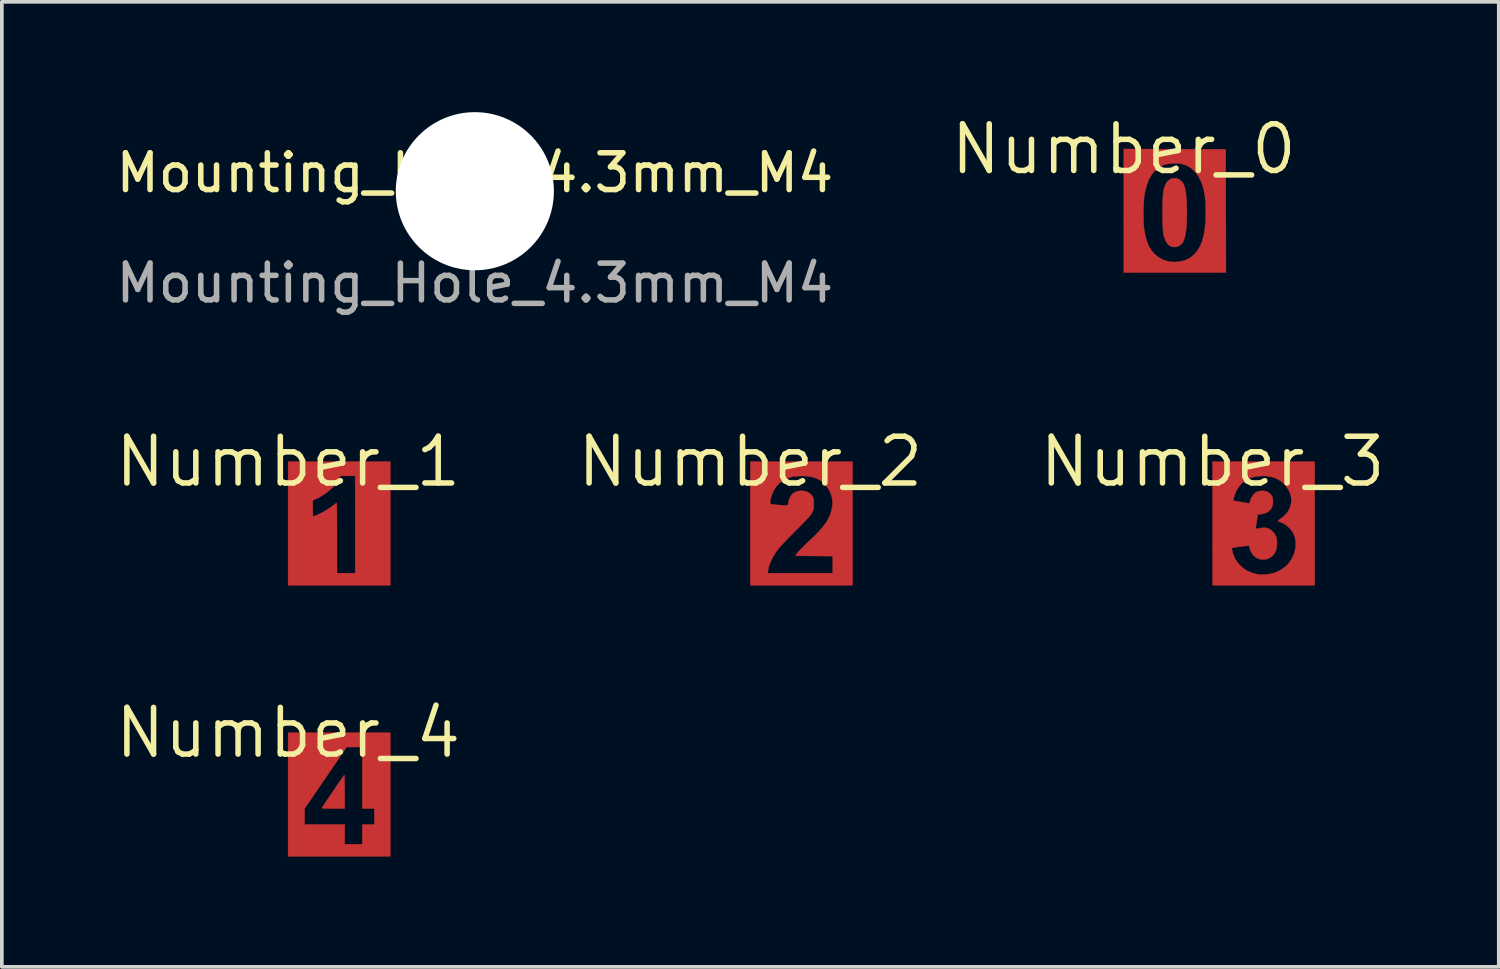
<source format=kicad_pcb>
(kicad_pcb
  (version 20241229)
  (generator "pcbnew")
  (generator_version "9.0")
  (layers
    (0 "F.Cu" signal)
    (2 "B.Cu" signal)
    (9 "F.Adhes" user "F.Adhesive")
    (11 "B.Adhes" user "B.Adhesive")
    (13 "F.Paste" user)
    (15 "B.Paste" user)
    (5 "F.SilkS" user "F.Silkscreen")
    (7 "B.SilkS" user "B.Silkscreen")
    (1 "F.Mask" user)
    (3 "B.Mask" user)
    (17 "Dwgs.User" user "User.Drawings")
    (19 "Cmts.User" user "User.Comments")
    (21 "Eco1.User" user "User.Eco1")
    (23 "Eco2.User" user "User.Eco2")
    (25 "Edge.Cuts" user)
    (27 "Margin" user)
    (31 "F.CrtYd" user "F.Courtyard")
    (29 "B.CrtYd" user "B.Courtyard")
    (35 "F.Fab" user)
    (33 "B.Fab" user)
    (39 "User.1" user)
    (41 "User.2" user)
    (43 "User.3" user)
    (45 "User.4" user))
  (footprint "Mounting_Hole_4.3mm_M4"
    (layer "F.Cu")
    (at 9.863 2.15)
    (property "Reference" "Mounting_Hole_4.3mm_M4" (at 0 -0.5 0) (unlocked yes) (layer "F.SilkS") (effects (font (size 1 1) (thickness 0.15))))
    (attr through_hole board_only exclude_from_bom allow_missing_courtyard)
    (fp_text user "${REFERENCE}" (at 0 2.5 0) (unlocked yes) (layer "F.Fab") (effects (font (size 1 1) (thickness 0.15))))
    (pad "" np_thru_hole circle (at 0 0) (size 4.3 4.3) (drill 4.3) (layers "*.Cu" "*.Mask")))
  (footprint "Number_1"
    (layer "F.Cu")
    (at 4.785 9.504)
    (property "Reference" "Number_1" (at 0 0 0) (layer "F.SilkS") (effects (font (size 1.27 1.27) (thickness 0.15))))
    (attr smd board_only exclude_from_bom allow_missing_courtyard)
    (fp_poly (pts (xy 2.779 3.362) (xy 0 3.362) (xy 0 1.051) (xy 0.672 1.051) (xy 0.672 1.273) (xy 0.673 1.35) (xy 0.674 1.416) (xy 0.675 1.464) (xy 0.677 1.491) (xy 0.678 1.494) (xy 0.693 1.489) (xy 0.729 1.475) (xy 0.778 1.455) (xy 0.789 1.451) (xy 0.959 1.368) (xy 1.127 1.263) (xy 1.206 1.204) (xy 1.254 1.167) (xy 1.293 1.139) (xy 1.317 1.123) (xy 1.321 1.121) (xy 1.323 1.135) (xy 1.324 1.177) (xy 1.325 1.244) (xy 1.327 1.333) (xy 1.328 1.442) (xy 1.328 1.568) (xy 1.329 1.71) (xy 1.33 1.863) (xy 1.33 2.027) (xy 1.33 2.077) (xy 1.33 3.033) (xy 1.823 3.033) (xy 1.823 0.388) (xy 1.421 0.388) (xy 1.365 0.495) (xy 1.321 0.567) (xy 1.263 0.643) (xy 1.211 0.702) (xy 1.136 0.771) (xy 1.045 0.843) (xy 0.946 0.912) (xy 0.849 0.971) (xy 0.762 1.014) (xy 0.756 1.017) (xy 0.672 1.051) (xy 0 1.051) (xy 0 0) (xy 2.779 0) (xy 2.779 3.362)) (stroke (width 0.01) (type solid)) (fill yes) (layer "F.Cu")))
  (footprint "Number_3"
    (layer "F.Cu")
    (at 29.925 9.504)
    (property "Reference" "Number_3" (at 0 0 0) (layer "F.SilkS") (effects (font (size 1.27 1.27) (thickness 0.15))))
    (attr smd board_only exclude_from_bom allow_missing_courtyard)
    (fp_poly (pts (xy 2.779 3.362) (xy 0 3.362) (xy 0 2.369) (xy 0.527 2.369) (xy 0.532 2.413) (xy 0.546 2.47) (xy 0.567 2.535) (xy 0.594 2.601) (xy 0.607 2.63) (xy 0.683 2.749) (xy 0.781 2.855) (xy 0.896 2.942) (xy 1.023 3.008) (xy 1.15 3.046) (xy 1.202 3.057) (xy 1.245 3.066) (xy 1.263 3.07) (xy 1.315 3.075) (xy 1.387 3.074) (xy 1.47 3.067) (xy 1.555 3.055) (xy 1.633 3.039) (xy 1.682 3.026) (xy 1.829 2.962) (xy 1.959 2.875) (xy 2.067 2.77) (xy 2.154 2.646) (xy 2.217 2.508) (xy 2.254 2.356) (xy 2.256 2.338) (xy 2.261 2.192) (xy 2.24 2.058) (xy 2.192 1.937) (xy 2.118 1.831) (xy 2.021 1.74) (xy 1.9 1.667) (xy 1.788 1.622) (xy 1.778 1.615) (xy 1.786 1.601) (xy 1.814 1.578) (xy 1.851 1.553) (xy 1.963 1.463) (xy 2.048 1.361) (xy 2.107 1.25) (xy 2.139 1.134) (xy 2.144 1.014) (xy 2.121 0.893) (xy 2.07 0.774) (xy 1.991 0.66) (xy 1.965 0.631) (xy 1.86 0.535) (xy 1.745 0.464) (xy 1.616 0.417) (xy 1.472 0.393) (xy 1.367 0.388) (xy 1.2 0.4) (xy 1.05 0.436) (xy 0.919 0.495) (xy 0.807 0.578) (xy 0.713 0.684) (xy 0.638 0.812) (xy 0.584 0.96) (xy 0.57 1.01) (xy 0.561 1.046) (xy 0.558 1.061) (xy 0.558 1.061) (xy 0.573 1.063) (xy 0.612 1.07) (xy 0.67 1.08) (xy 0.742 1.093) (xy 0.774 1.098) (xy 0.851 1.111) (xy 0.917 1.123) (xy 0.968 1.131) (xy 0.997 1.135) (xy 1.001 1.136) (xy 1.013 1.123) (xy 1.016 1.101) (xy 1.023 1.069) (xy 1.04 1.023) (xy 1.061 0.975) (xy 1.112 0.894) (xy 1.173 0.838) (xy 1.248 0.806) (xy 1.322 0.795) (xy 1.413 0.796) (xy 1.484 0.814) (xy 1.543 0.851) (xy 1.574 0.881) (xy 1.613 0.934) (xy 1.635 0.992) (xy 1.643 1.063) (xy 1.641 1.136) (xy 1.62 1.229) (xy 1.576 1.307) (xy 1.508 1.367) (xy 1.419 1.408) (xy 1.317 1.429) (xy 1.226 1.438) (xy 1.218 1.5) (xy 1.212 1.543) (xy 1.203 1.605) (xy 1.194 1.674) (xy 1.19 1.696) (xy 1.171 1.831) (xy 1.281 1.81) (xy 1.384 1.797) (xy 1.47 1.803) (xy 1.544 1.831) (xy 1.614 1.882) (xy 1.636 1.903) (xy 1.691 1.968) (xy 1.727 2.037) (xy 1.748 2.118) (xy 1.754 2.217) (xy 1.754 2.241) (xy 1.741 2.358) (xy 1.705 2.459) (xy 1.65 2.543) (xy 1.577 2.607) (xy 1.49 2.648) (xy 1.389 2.664) (xy 1.383 2.664) (xy 1.278 2.651) (xy 1.186 2.613) (xy 1.109 2.55) (xy 1.051 2.467) (xy 1.013 2.363) (xy 1.007 2.338) (xy 0.999 2.304) (xy 0.99 2.286) (xy 0.988 2.286) (xy 0.96 2.287) (xy 0.911 2.292) (xy 0.848 2.299) (xy 0.777 2.308) (xy 0.705 2.318) (xy 0.639 2.327) (xy 0.583 2.336) (xy 0.546 2.342) (xy 0.533 2.346) (xy 0.527 2.369) (xy 0 2.369) (xy 0 0) (xy 2.779 0) (xy 2.779 3.362)) (stroke (width 0.01) (type solid)) (fill yes) (layer "F.Cu")))
  (footprint "Number_2"
    (layer "F.Cu")
    (at 17.355 9.504)
    (property "Reference" "Number_2" (at 0 0 0) (layer "F.SilkS") (effects (font (size 1.27 1.27) (thickness 0.15))))
    (attr smd board_only exclude_from_bom allow_missing_courtyard)
    (fp_poly (pts (xy 2.779 3.362) (xy 0 3.362) (xy 0 2.994) (xy 0.478 2.994) (xy 0.478 3.033) (xy 2.241 3.033) (xy 2.241 2.57) (xy 1.732 2.566) (xy 1.222 2.562) (xy 1.283 2.48) (xy 1.312 2.447) (xy 1.358 2.397) (xy 1.419 2.335) (xy 1.489 2.265) (xy 1.567 2.19) (xy 1.62 2.141) (xy 1.762 2.004) (xy 1.881 1.88) (xy 1.979 1.767) (xy 2.058 1.66) (xy 2.12 1.558) (xy 2.167 1.456) (xy 2.201 1.351) (xy 2.225 1.241) (xy 2.233 1.185) (xy 2.234 1.057) (xy 2.209 0.928) (xy 2.16 0.804) (xy 2.091 0.689) (xy 2.004 0.589) (xy 1.902 0.51) (xy 1.845 0.478) (xy 1.75 0.438) (xy 1.656 0.411) (xy 1.555 0.396) (xy 1.439 0.391) (xy 1.352 0.392) (xy 1.262 0.397) (xy 1.193 0.403) (xy 1.138 0.412) (xy 1.088 0.426) (xy 1.057 0.437) (xy 0.915 0.501) (xy 0.799 0.579) (xy 0.705 0.674) (xy 0.632 0.788) (xy 0.578 0.924) (xy 0.562 0.981) (xy 0.544 1.055) (xy 0.538 1.106) (xy 0.544 1.137) (xy 0.56 1.154) (xy 0.572 1.157) (xy 0.609 1.163) (xy 0.664 1.17) (xy 0.731 1.176) (xy 0.803 1.182) (xy 0.874 1.187) (xy 0.935 1.191) (xy 0.981 1.192) (xy 1.005 1.191) (xy 1.005 1.191) (xy 1.02 1.172) (xy 1.032 1.13) (xy 1.036 1.106) (xy 1.058 1.017) (xy 1.099 0.935) (xy 1.154 0.87) (xy 1.183 0.848) (xy 1.265 0.809) (xy 1.355 0.793) (xy 1.447 0.796) (xy 1.535 0.818) (xy 1.612 0.858) (xy 1.672 0.914) (xy 1.694 0.949) (xy 1.71 0.985) (xy 1.72 1.026) (xy 1.725 1.081) (xy 1.726 1.15) (xy 1.725 1.207) (xy 1.722 1.256) (xy 1.715 1.301) (xy 1.702 1.344) (xy 1.681 1.388) (xy 1.65 1.435) (xy 1.608 1.489) (xy 1.552 1.552) (xy 1.481 1.627) (xy 1.393 1.717) (xy 1.286 1.824) (xy 1.249 1.862) (xy 1.154 1.956) (xy 1.062 2.05) (xy 0.976 2.139) (xy 0.899 2.22) (xy 0.834 2.29) (xy 0.784 2.345) (xy 0.757 2.377) (xy 0.687 2.474) (xy 0.622 2.581) (xy 0.566 2.691) (xy 0.522 2.798) (xy 0.492 2.896) (xy 0.479 2.98) (xy 0.478 2.994) (xy 0 2.994) (xy 0 0) (xy 2.779 0) (xy 2.779 3.362)) (stroke (width 0.01) (type solid)) (fill yes) (layer "F.Cu")))
  (footprint "Number_4"
    (layer "F.Cu")
    (at 4.785 16.877)
    (property "Reference" "Number_4" (at 0 0 0) (layer "F.SilkS") (effects (font (size 1.27 1.27) (thickness 0.15))))
    (attr smd board_only exclude_from_bom allow_missing_courtyard)
    (fp_poly (pts (xy 2.779 3.362) (xy 0 3.362) (xy 0 2.066) (xy 0.448 2.066) (xy 0.448 2.495) (xy 1.539 2.495) (xy 1.539 3.033) (xy 2.017 3.033) (xy 2.017 2.495) (xy 2.346 2.495) (xy 2.346 2.062) (xy 2.017 2.062) (xy 2.017 0.388) (xy 1.804 0.389) (xy 1.591 0.389) (xy 0.448 2.066) (xy 0 2.066) (xy 0 0) (xy 2.779 0) (xy 2.779 3.362)) (stroke (width 0.01) (type solid)) (fill yes) (layer "F.Cu"))
    (fp_poly (pts (xy 1.531 1.165) (xy 1.533 1.206) (xy 1.535 1.269) (xy 1.537 1.351) (xy 1.538 1.449) (xy 1.539 1.558) (xy 1.539 1.606) (xy 1.539 2.062) (xy 1.224 2.062) (xy 1.119 2.062) (xy 1.04 2.061) (xy 0.985 2.059) (xy 0.949 2.056) (xy 0.928 2.052) (xy 0.921 2.046) (xy 0.922 2.04) (xy 0.939 2.013) (xy 0.968 1.967) (xy 1.009 1.906) (xy 1.059 1.832) (xy 1.115 1.748) (xy 1.175 1.66) (xy 1.236 1.569) (xy 1.298 1.479) (xy 1.356 1.393) (xy 1.41 1.315) (xy 1.456 1.249) (xy 1.493 1.197) (xy 1.517 1.163) (xy 1.528 1.151) (xy 1.528 1.151) (xy 1.531 1.165)) (stroke (width 0.01) (type solid)) (fill yes) (layer "F.Cu")))
  (footprint "Number_0"
    (layer "F.Cu")
    (at 27.511 1.006)
    (property "Reference" "Number_0" (at 0 0 0) (layer "F.SilkS") (effects (font (size 1.27 1.27) (thickness 0.15))))
    (attr smd board_only exclude_from_bom allow_missing_courtyard)
    (fp_poly (pts (xy 1.479 0.809) (xy 1.546 0.849) (xy 1.603 0.912) (xy 1.63 0.963) (xy 1.655 1.033) (xy 1.675 1.113) (xy 1.691 1.209) (xy 1.702 1.324) (xy 1.71 1.462) (xy 1.714 1.573) (xy 1.716 1.804) (xy 1.711 2.006) (xy 1.697 2.18) (xy 1.675 2.325) (xy 1.646 2.442) (xy 1.608 2.53) (xy 1.595 2.552) (xy 1.538 2.611) (xy 1.464 2.649) (xy 1.381 2.663) (xy 1.317 2.656) (xy 1.25 2.63) (xy 1.197 2.584) (xy 1.151 2.513) (xy 1.147 2.506) (xy 1.123 2.455) (xy 1.104 2.406) (xy 1.088 2.352) (xy 1.076 2.293) (xy 1.068 2.222) (xy 1.062 2.137) (xy 1.058 2.034) (xy 1.056 1.909) (xy 1.055 1.759) (xy 1.055 1.73) (xy 1.056 1.571) (xy 1.058 1.438) (xy 1.062 1.328) (xy 1.068 1.237) (xy 1.077 1.161) (xy 1.088 1.097) (xy 1.103 1.041) (xy 1.122 0.989) (xy 1.144 0.942) (xy 1.193 0.87) (xy 1.257 0.82) (xy 1.329 0.794) (xy 1.404 0.79) (xy 1.479 0.809)) (stroke (width 0.01) (type solid)) (fill yes) (layer "F.Cu"))
    (fp_poly (pts (xy 1.386 0) (xy 2.772 0.004) (xy 2.775 1.681) (xy 2.779 3.358) (xy 0 3.358) (xy 0 1.709) (xy 0.534 1.709) (xy 0.534 1.84) (xy 0.537 1.963) (xy 0.543 2.072) (xy 0.551 2.159) (xy 0.552 2.163) (xy 0.585 2.347) (xy 0.628 2.505) (xy 0.683 2.64) (xy 0.752 2.754) (xy 0.828 2.845) (xy 0.945 2.941) (xy 1.075 3.012) (xy 1.216 3.055) (xy 1.366 3.071) (xy 1.522 3.059) (xy 1.561 3.052) (xy 1.689 3.014) (xy 1.798 2.959) (xy 1.897 2.881) (xy 1.923 2.856) (xy 2.007 2.755) (xy 2.077 2.636) (xy 2.133 2.498) (xy 2.176 2.339) (xy 2.206 2.157) (xy 2.224 1.951) (xy 2.229 1.73) (xy 2.228 1.577) (xy 2.223 1.448) (xy 2.213 1.334) (xy 2.199 1.229) (xy 2.179 1.127) (xy 2.159 1.047) (xy 2.104 0.883) (xy 2.032 0.741) (xy 1.944 0.62) (xy 1.84 0.523) (xy 1.723 0.45) (xy 1.594 0.404) (xy 1.572 0.399) (xy 1.494 0.389) (xy 1.4 0.386) (xy 1.301 0.39) (xy 1.206 0.4) (xy 1.126 0.416) (xy 1.091 0.427) (xy 0.966 0.49) (xy 0.857 0.575) (xy 0.764 0.684) (xy 0.687 0.815) (xy 0.626 0.972) (xy 0.579 1.153) (xy 0.559 1.262) (xy 0.549 1.348) (xy 0.542 1.456) (xy 0.537 1.579) (xy 0.534 1.709) (xy 0 1.709) (xy 0 -0.004) (xy 1.386 0)) (stroke (width 0.01) (type solid)) (fill yes) (layer "F.Cu")))
  (gr_rect
    (start -3 -3)
    (end 37.709 23.244)
    (stroke (width 0.1) (type default))
    (fill no)
    (layer "Edge.Cuts")))
</source>
